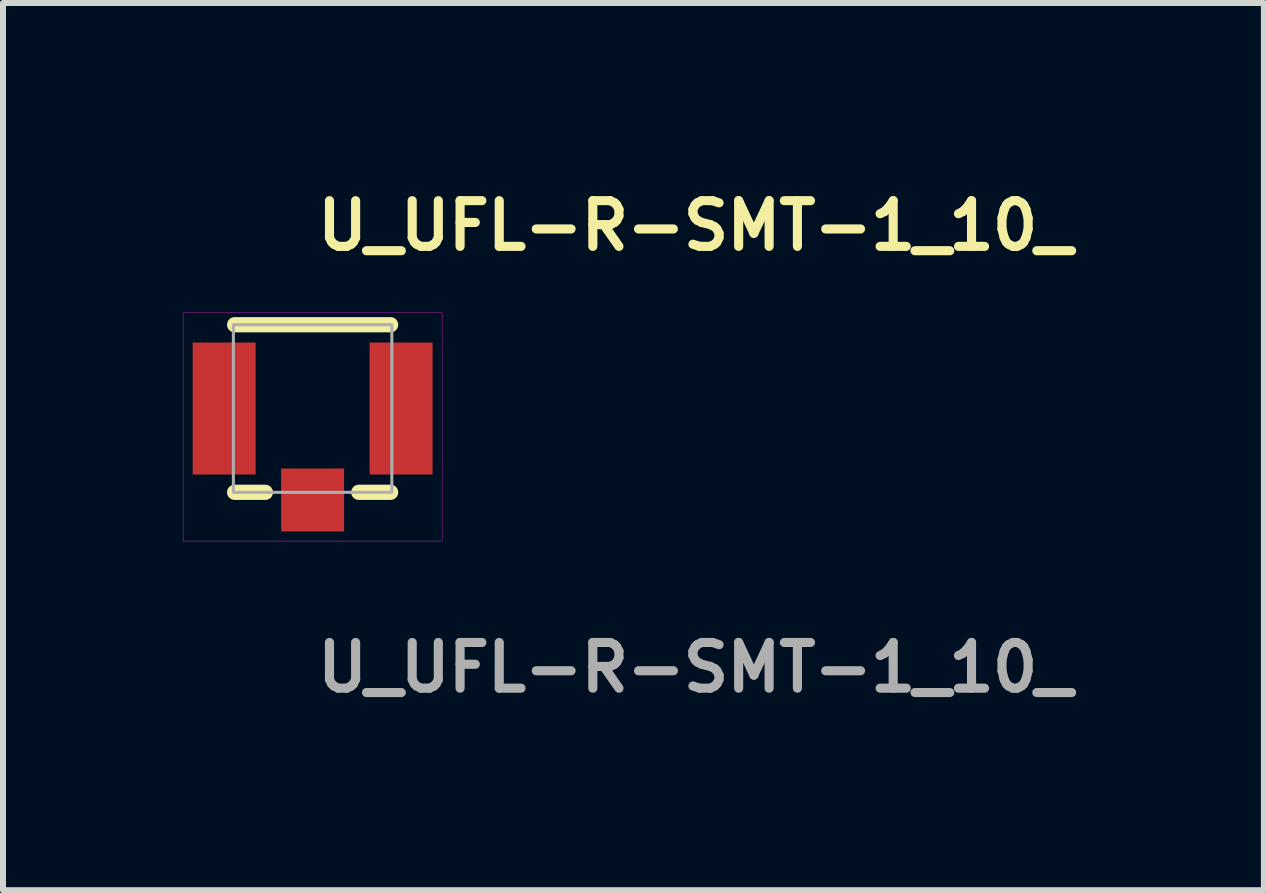
<source format=kicad_pcb>
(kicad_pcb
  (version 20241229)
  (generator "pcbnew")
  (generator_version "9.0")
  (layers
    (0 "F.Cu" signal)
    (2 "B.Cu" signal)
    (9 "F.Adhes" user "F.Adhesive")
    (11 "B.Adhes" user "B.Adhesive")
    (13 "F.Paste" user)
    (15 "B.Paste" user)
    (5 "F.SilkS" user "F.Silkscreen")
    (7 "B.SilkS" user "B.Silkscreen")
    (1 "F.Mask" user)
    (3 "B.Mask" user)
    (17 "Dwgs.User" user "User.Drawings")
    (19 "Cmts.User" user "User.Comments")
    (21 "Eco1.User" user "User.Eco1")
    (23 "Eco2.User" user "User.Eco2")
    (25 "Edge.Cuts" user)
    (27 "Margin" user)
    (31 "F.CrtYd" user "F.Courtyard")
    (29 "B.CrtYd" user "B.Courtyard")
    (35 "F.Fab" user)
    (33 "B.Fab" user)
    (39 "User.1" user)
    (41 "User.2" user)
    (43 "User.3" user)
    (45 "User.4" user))
  (footprint "U_UFL-R-SMT-1_10_"
    (layer "F.Cu")
    (at 2.162 3.761)
    (property "Reference" "U_UFL-R-SMT-1_10_" (at 0 -3.048 0) (layer "F.SilkS") (effects (font (size 0.762 0.762) (thickness 0.152) (bold yes)) (justify left)))
    (attr smd)
    (fp_line (start -1.3 1.397) (end -0.788 1.397) (stroke (width 0.254) (type solid)) (layer "F.SilkS"))
    (fp_line (start 1.3 -1.397) (end -1.3 -1.397) (stroke (width 0.254) (type solid)) (layer "F.SilkS"))
    (fp_line (start 1.3 1.397) (end 0.77 1.397) (stroke (width 0.254) (type solid)) (layer "F.SilkS"))
    (fp_rect (start -2.159 -1.6) (end 2.159 2.21) (stroke (width 0.006) (type default)) (fill no) (layer "F.CrtYd"))
    (fp_rect (start -1.321 -1.397) (end 1.321 1.397) (stroke (width 0.051) (type default)) (fill no) (layer "F.Fab"))
    (fp_text user "${REFERENCE}" (at 0 4.318 0) (layer "F.Fab") (effects (font (size 0.762 0.762) (thickness 0.152) (bold yes)) (justify left)))
    (pad "1" smd rect (at -1.475 0 180) (size 1.05 2.2) (layers "F.Cu" "F.Mask" "F.Paste"))
    (pad "2" smd rect (at 1.475 0 180) (size 1.05 2.2) (layers "F.Cu" "F.Mask" "F.Paste"))
    (pad "3" smd rect (at 0 1.525 270) (size 1.05 1.05) (layers "F.Cu" "F.Mask" "F.Paste")))
  (gr_rect
    (start -3 -3)
    (end 18.022 11.792)
    (stroke (width 0.1) (type default))
    (fill no)
    (layer "Edge.Cuts")))
</source>
